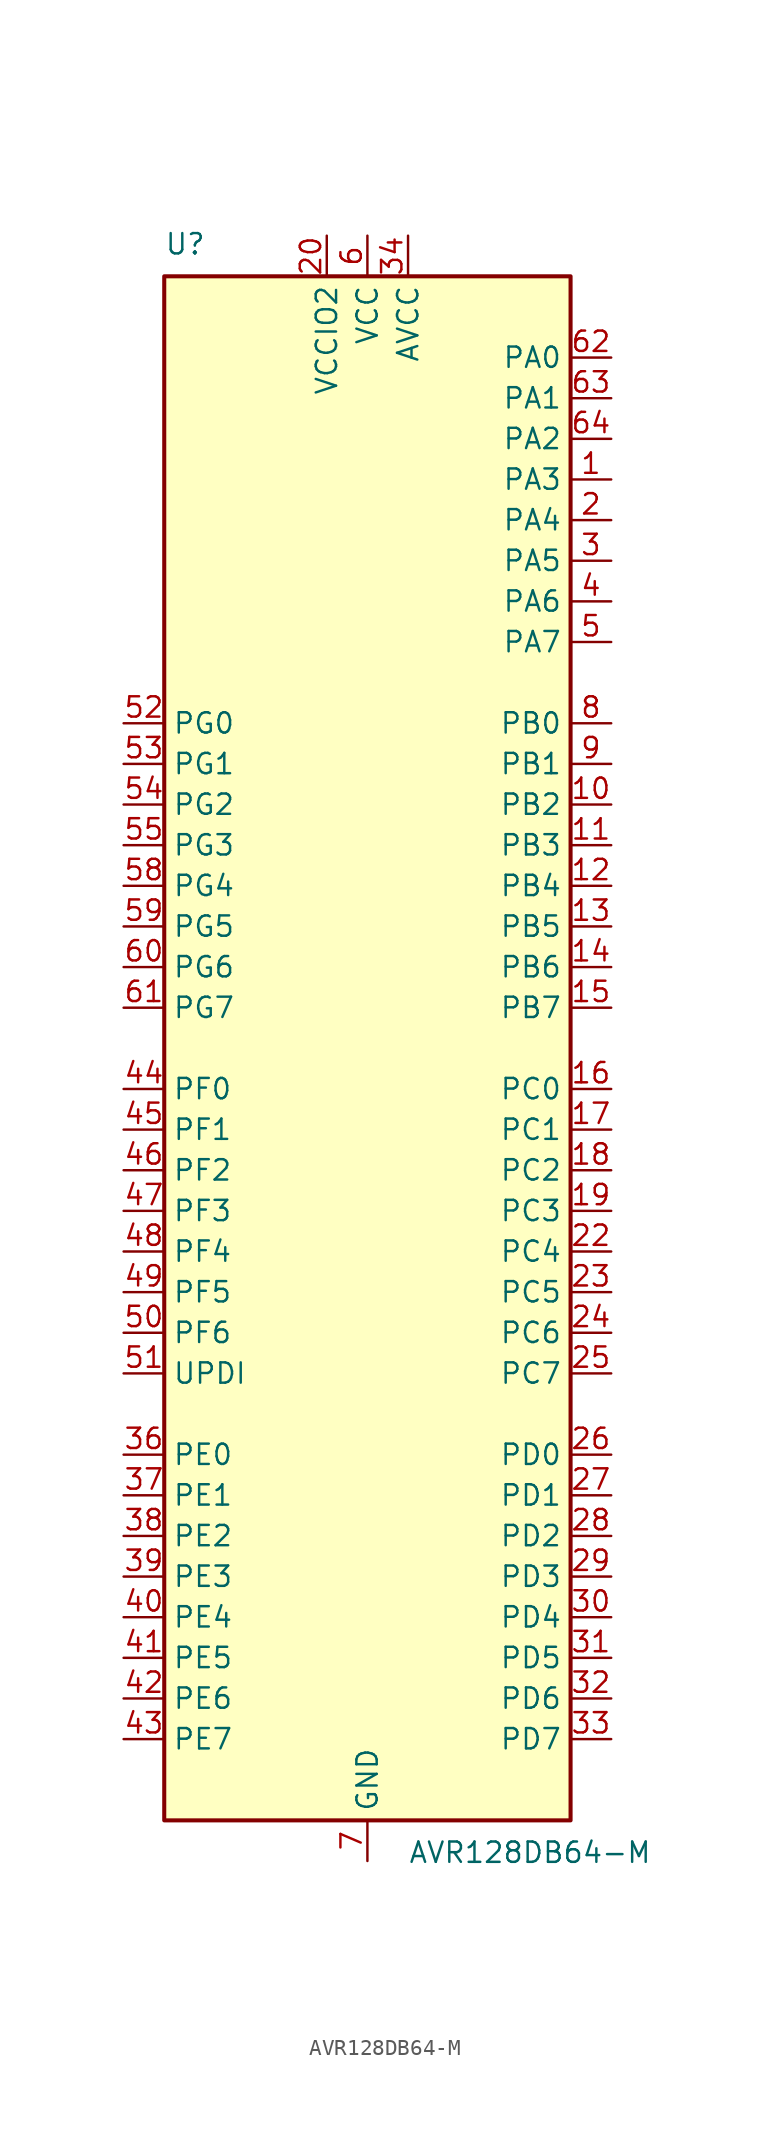
<source format=kicad_sym>
(kicad_symbol_lib
  (version 20211014)
  (generator kicad_symbol_editor)
  (symbol "AVR128DB64-M"
    (property "Reference" "U"
      (at -12.7 49.53 0)
      (effects (font (size 1.27 1.27)) (justify left bottom)))
    (property "Value" "AVR128DB64-M"
      (at 2.54 -49.53 0)
      (effects (font (size 1.27 1.27)) (justify left top)))
    (symbol "AVR128DB64-M_0_1"
      (rectangle (start -12.7 -48.26) (end 12.7 48.26) (stroke (width 0.254) (type default) (color 0 0 0 0)) (fill (type background))))
    (symbol "AVR128DB64-M_1_1"
      (pin bidirectional line (at 15.24 35.56 180) (length 2.54) (name "PA3" (effects (font (size 1.27 1.27)))) (number "1" (effects (font (size 1.27 1.27)))) (alternate "LUT0-OUT" output line) (alternate "TCA0-WO3" output line) (alternate "TCB1-WO" output line) (alternate "TWI0-SCL(MS)" bidirectional line) (alternate "USART0-XDIR" output line))
      (pin bidirectional line (at 15.24 15.24 180) (length 2.54) (name "PB2" (effects (font (size 1.27 1.27)))) (number "10" (effects (font (size 1.27 1.27)))) (alternate "EVOUTB" output line) (alternate "LUT4-IN2" input line) (alternate "TCA0-WO2(1)" output line) (alternate "TCA1-WO2" output line) (alternate "TWI1-SDA(MS)(0,2)" bidirectional line) (alternate "USART3-XCK" bidirectional line))
      (pin bidirectional line (at 15.24 12.7 180) (length 2.54) (name "PB3" (effects (font (size 1.27 1.27)))) (number "11" (effects (font (size 1.27 1.27)))) (alternate "LUT4-OUT" output line) (alternate "TCA0-WO3(1)" output line) (alternate "TCA1-WO3" output line) (alternate "USART1-SCL(MS)(0,2)" bidirectional line) (alternate "USART3-XDIR" output line))
      (pin bidirectional line (at 15.24 10.16 180) (length 2.54) (name "PB4" (effects (font (size 1.27 1.27)))) (number "12" (effects (font (size 1.27 1.27)))) (alternate "SPI1-MOSI(2)" bidirectional line) (alternate "TCA0-WO4(1)" output line) (alternate "TCA1-WO4" output line) (alternate "TCB2-WO(1)" output line) (alternate "TCD0-WOA(1)" output line) (alternate "USART3-TXD(1)" bidirectional line))
      (pin bidirectional line (at 15.24 7.62 180) (length 2.54) (name "PB5" (effects (font (size 1.27 1.27)))) (number "13" (effects (font (size 1.27 1.27)))) (alternate "SPI1-MISO(2)" bidirectional line) (alternate "TCA0-WO5(1)" output line) (alternate "TCA1-WO5" output line) (alternate "TCB3-WO" output line) (alternate "TCD0-WOB(1)" output line) (alternate "USART3-RXD(1)" input line))
      (pin bidirectional line (at 15.24 5.08 180) (length 2.54) (name "PB6" (effects (font (size 1.27 1.27)))) (number "14" (effects (font (size 1.27 1.27)))) (alternate "LUT4-OUT(1)" output line) (alternate "SPI1-SCK(2)" bidirectional line) (alternate "TCD0-WOC(1)" output line) (alternate "TWI1-SDA(S)(1,2)" input line) (alternate "USART3-XCK(1)" bidirectional line))
      (pin bidirectional line (at 15.24 2.54 180) (length 2.54) (name "PB7" (effects (font (size 1.27 1.27)))) (number "15" (effects (font (size 1.27 1.27)))) (alternate "EVOUTB(1)" output line) (alternate "SPI1-~{SS}(2)" bidirectional line) (alternate "TCD0-WOD(1)" output line) (alternate "TWI1-SCL(S)(1,2)" input line) (alternate "USART3-XDIR(1)" output line))
      (pin bidirectional line (at 15.24 -2.54 180) (length 2.54) (name "PC0" (effects (font (size 1.27 1.27)))) (number "16" (effects (font (size 1.27 1.27)))) (alternate "LUT1-IN0" input line) (alternate "SPI1-MOSI" bidirectional line) (alternate "TCA0-WO0(2)" output line) (alternate "TCB2-WO" output line) (alternate "USART1-TXD" bidirectional line))
      (pin bidirectional line (at 15.24 -5.08 180) (length 2.54) (name "PC1" (effects (font (size 1.27 1.27)))) (number "17" (effects (font (size 1.27 1.27)))) (alternate "LUT1-IN1" input line) (alternate "SPI1-MISO" bidirectional line) (alternate "TCA0-WO1(2)" output line) (alternate "TCB3-WO(1)" output line) (alternate "USART1-RXD" input line))
      (pin bidirectional line (at 15.24 -7.62 180) (length 2.54) (name "PC2" (effects (font (size 1.27 1.27)))) (number "18" (effects (font (size 1.27 1.27)))) (alternate "EVOUTC" output line) (alternate "LUT1-IN2" input line) (alternate "SPI1-SCK" bidirectional line) (alternate "TCA-WO2(2)" output line) (alternate "TWI0-SDA(MS+)(0,2)" bidirectional line) (alternate "USART1-XCK" bidirectional line))
      (pin bidirectional line (at 15.24 -10.16 180) (length 2.54) (name "PC3" (effects (font (size 1.27 1.27)))) (number "19" (effects (font (size 1.27 1.27)))) (alternate "LUT1-OUT" output line) (alternate "SPI1-~{SS}" bidirectional line) (alternate "TCA0-WO3(2)" output line) (alternate "TWI0-SCL(MS)(0,2" bidirectional line) (alternate "USART1-XDIR" output line))
      (pin bidirectional line (at 15.24 33.02 180) (length 2.54) (name "PA4" (effects (font (size 1.27 1.27)))) (number "2" (effects (font (size 1.27 1.27)))) (alternate "SPI0-MOSI" bidirectional line) (alternate "TCA0-WO4" output line) (alternate "TCD0-WOA" output line) (alternate "USART0-TXD(1)" bidirectional line))
      (pin power_in line (at -2.54 50.8 270) (length 2.54) (name "VCCIO2" (effects (font (size 1.27 1.27)))) (number "20" (effects (font (size 1.27 1.27)))))
      (pin power_in line (at 0 -50.8 90) (length 2.54) hide (name "GND" (effects (font (size 1.27 1.27)))) (number "21" (effects (font (size 1.27 1.27)))))
      (pin bidirectional line (at 15.24 -12.7 180) (length 2.54) (name "PC4" (effects (font (size 1.27 1.27)))) (number "22" (effects (font (size 1.27 1.27)))) (alternate "SPI1-MOSI(1)" bidirectional line) (alternate "TCA0-WO4(2)" output line) (alternate "TCA1-WO0(1)" output line) (alternate "USART1-TXD(1)" bidirectional line))
      (pin bidirectional line (at 15.24 -15.24 180) (length 2.54) (name "PC5" (effects (font (size 1.27 1.27)))) (number "23" (effects (font (size 1.27 1.27)))) (alternate "SPI1-MISO(1)" bidirectional line) (alternate "TCA0-WO5(2)" output line) (alternate "TCA1-WO1(1)" output line) (alternate "USART1-RXD(1)" input line))
      (pin bidirectional line (at 15.24 -17.78 180) (length 2.54) (name "PC6" (effects (font (size 1.27 1.27)))) (number "24" (effects (font (size 1.27 1.27)))) (alternate "AC0-OUT(1)" output line) (alternate "AC1-OUT(1)" output line) (alternate "AC2-OUT(1)" output line) (alternate "LUT1-OUT(1)" output line) (alternate "SPI1-SCK(1)" bidirectional line) (alternate "TCA-WO2(2)" output line) (alternate "TWI0-SDA(S)(1,2)" bidirectional line) (alternate "USART1-XCK(1)" bidirectional line))
      (pin bidirectional line (at 15.24 -20.32 180) (length 2.54) (name "PC7" (effects (font (size 1.27 1.27)))) (number "25" (effects (font (size 1.27 1.27)))) (alternate "EVOUTC(1)" output line) (alternate "SPI1-~{SS}(1)" bidirectional line) (alternate "TWI0-SCL(S)(1,2)" bidirectional line) (alternate "USART1-XDIR(1)" output line) (alternate "ZCD0-OUT(1)" output line) (alternate "ZCD1-OUT(1)" output line) (alternate "ZCD2-OUT(1)" output line))
      (pin bidirectional line (at 15.24 -25.4 180) (length 2.54) (name "PD0" (effects (font (size 1.27 1.27)))) (number "26" (effects (font (size 1.27 1.27)))) (alternate "AC0-AINN1" input line) (alternate "AC1-AINN1" input line) (alternate "AC2-AINN1" input line) (alternate "ADC0-AIN0" input line) (alternate "LUT2-IN0" input line) (alternate "TC0-WO0(3)" output line))
      (pin bidirectional line (at 15.24 -27.94 180) (length 2.54) (name "PD1" (effects (font (size 1.27 1.27)))) (number "27" (effects (font (size 1.27 1.27)))) (alternate "ADC0-AIN1" input line) (alternate "LUT2-IN1" input line) (alternate "OP0-INP" input line) (alternate "TCA0-WO1(3)" output line) (alternate "ZCD0-ZCIN" input line))
      (pin bidirectional line (at 15.24 -30.48 180) (length 2.54) (name "PD2" (effects (font (size 1.27 1.27)))) (number "28" (effects (font (size 1.27 1.27)))) (alternate "AC0-AINP0" input line) (alternate "AC1-AINP0" input line) (alternate "AC2-AINP0" input line) (alternate "ADC0-AIN2" input line) (alternate "EVOUTD" output line) (alternate "LUT2-IN2" input line) (alternate "OP0-OUT" output line) (alternate "TCA0-WO2(3)" output line))
      (pin bidirectional line (at 15.24 -33.02 180) (length 2.54) (name "PD3" (effects (font (size 1.27 1.27)))) (number "29" (effects (font (size 1.27 1.27)))) (alternate "AC0-AINN0" input line) (alternate "AC1-AINP1" input line) (alternate "ADC0-AIN3" input line) (alternate "LUT2-OUT" output line) (alternate "OP0-INN" input line) (alternate "TCA0-WO3(3)" output line))
      (pin bidirectional line (at 15.24 30.48 180) (length 2.54) (name "PA5" (effects (font (size 1.27 1.27)))) (number "3" (effects (font (size 1.27 1.27)))) (alternate "SPI0-MISO" bidirectional line) (alternate "TCA0-WO5" output line) (alternate "TCD0-WOB" output line) (alternate "USART0-RXD(1)" input line))
      (pin bidirectional line (at 15.24 -35.56 180) (length 2.54) (name "PD4" (effects (font (size 1.27 1.27)))) (number "30" (effects (font (size 1.27 1.27)))) (alternate "AC1-AINP2" input line) (alternate "AC2-AINP1" input line) (alternate "ADC0-AIN4" input line) (alternate "OP1-INP" input line) (alternate "TCA0-WO4(3)" output line))
      (pin bidirectional line (at 15.24 -38.1 180) (length 2.54) (name "PD5" (effects (font (size 1.27 1.27)))) (number "31" (effects (font (size 1.27 1.27)))) (alternate "AC1-AINN0" input line) (alternate "ADC0-AIN5" input line) (alternate "OP1-OUT" output line) (alternate "TCA0-WO5(3)" output line))
      (pin bidirectional line (at 15.24 -40.64 180) (length 2.54) (name "PD6" (effects (font (size 1.27 1.27)))) (number "32" (effects (font (size 1.27 1.27)))) (alternate "AC0-AINP3" input line) (alternate "AC1-AINP3" input line) (alternate "AC2-AINP3" input line) (alternate "ADC0-AIN6" input line) (alternate "DAC0-OUT" output line) (alternate "LUT2-OUT(1)" output line))
      (pin bidirectional line (at 15.24 -43.18 180) (length 2.54) (name "PD7" (effects (font (size 1.27 1.27)))) (number "33" (effects (font (size 1.27 1.27)))) (alternate "AC0-AINN2" input line) (alternate "AC1-AINN2" input line) (alternate "AC2-AINN0/2" input line) (alternate "ADC0-AIN7" input line) (alternate "EVOUTD(1)" output line) (alternate "OP1-INN" input line) (alternate "VREFA" input line))
      (pin power_in line (at 2.54 50.8 270) (length 2.54) (name "AVCC" (effects (font (size 1.27 1.27)))) (number "34" (effects (font (size 1.27 1.27)))))
      (pin power_in line (at 0 -50.8 90) (length 2.54) hide (name "GND" (effects (font (size 1.27 1.27)))) (number "35" (effects (font (size 1.27 1.27)))))
      (pin bidirectional line (at -15.24 -25.4 0) (length 2.54) (name "PE0" (effects (font (size 1.27 1.27)))) (number "36" (effects (font (size 1.27 1.27)))) (alternate "AC0-AINP1" input line) (alternate "ADC0-AIN8" input line) (alternate "SPI0-MOSI(1)" bidirectional line) (alternate "TCA0-WO0(4)" output line) (alternate "USART4-TXD" output line))
      (pin bidirectional line (at -15.24 -27.94 0) (length 2.54) (name "PE1" (effects (font (size 1.27 1.27)))) (number "37" (effects (font (size 1.27 1.27)))) (alternate "AC2-AINP2" input line) (alternate "ADC-AIN9" input line) (alternate "OP2-INP" input line) (alternate "SPI0-MISO(1)" bidirectional line) (alternate "TCA0-WO1(4)" output line) (alternate "USART4-RXD" input line))
      (pin bidirectional line (at -15.24 -30.48 0) (length 2.54) (name "PE2" (effects (font (size 1.27 1.27)))) (number "38" (effects (font (size 1.27 1.27)))) (alternate "AC0-AINP2" input line) (alternate "ADC0-AIN10" input line) (alternate "EVOUTE" output line) (alternate "OP2-OUT" output line) (alternate "SPI0-SCK(1)" bidirectional line) (alternate "TCA0-WO2(4)" output line) (alternate "USART4-XCK" bidirectional line))
      (pin bidirectional line (at -15.24 -33.02 0) (length 2.54) (name "PE3" (effects (font (size 1.27 1.27)))) (number "39" (effects (font (size 1.27 1.27)))) (alternate "ADC0-AIN11" input line) (alternate "OP2-INN" input line) (alternate "SPI0-~{SS}(1)" bidirectional line) (alternate "TCA0-WO3(4)" output line) (alternate "USART4-XDIR" output line) (alternate "ZCD1-ZCIN" input line))
      (pin bidirectional line (at 15.24 27.94 180) (length 2.54) (name "PA6" (effects (font (size 1.27 1.27)))) (number "4" (effects (font (size 1.27 1.27)))) (alternate "LUT0-OUT(1)" output line) (alternate "SPI0-SCK" bidirectional line) (alternate "TCD0-WOC" output line) (alternate "USART0-XCK(1)" bidirectional line))
      (pin bidirectional line (at -15.24 -35.56 0) (length 2.54) (name "PE4" (effects (font (size 1.27 1.27)))) (number "40" (effects (font (size 1.27 1.27)))) (alternate "ADC0-AIN12" input line) (alternate "TCA0-WO4(4)" output line) (alternate "TCA1-WO0(2)" output line) (alternate "USART4-TXD(1)" bidirectional line))
      (pin bidirectional line (at -15.24 -38.1 0) (length 2.54) (name "PE5" (effects (font (size 1.27 1.27)))) (number "41" (effects (font (size 1.27 1.27)))) (alternate "ADC0-AIN13" input line) (alternate "TCA0-WO5(4)" output line) (alternate "TCA1-WO1(2)" output line) (alternate "USART4-RXD(1)" input line))
      (pin bidirectional line (at -15.24 -40.64 0) (length 2.54) (name "PE6" (effects (font (size 1.27 1.27)))) (number "42" (effects (font (size 1.27 1.27)))) (alternate "ADC0-AIN14" input line) (alternate "TCA1-WO2(2)" output line) (alternate "USART4-XCK(1)" bidirectional line))
      (pin bidirectional line (at -15.24 -43.18 0) (length 2.54) (name "PE7" (effects (font (size 1.27 1.27)))) (number "43" (effects (font (size 1.27 1.27)))) (alternate "ADC0-AIN15" input line) (alternate "EVOUTE(1)" output line) (alternate "USART4-XDIR(1)" output line) (alternate "ZCD2-ZCIN" input line))
      (pin bidirectional line (at -15.24 -2.54 0) (length 2.54) (name "PF0" (effects (font (size 1.27 1.27)))) (number "44" (effects (font (size 1.27 1.27)))) (alternate "ADC0-AIN16(P)" input line) (alternate "LUT3-IN0" input line) (alternate "TCA0-WO0(5)" output line) (alternate "TCD0-WOA(2)" output line) (alternate "USART2-TXD" bidirectional line) (alternate "XTAL32K1" passive line))
      (pin bidirectional line (at -15.24 -5.08 0) (length 2.54) (name "PF1" (effects (font (size 1.27 1.27)))) (number "45" (effects (font (size 1.27 1.27)))) (alternate "ADC0-AIN17(P)" input line) (alternate "LUT3-IN1" input line) (alternate "TCA0-WO1(5)" output line) (alternate "TCD0-WOB(2)" output line) (alternate "USART2-RXD" input line) (alternate "XTAL32K2" passive line))
      (pin bidirectional line (at -15.24 -7.62 0) (length 2.54) (name "PF2" (effects (font (size 1.27 1.27)))) (number "46" (effects (font (size 1.27 1.27)))) (alternate "ADC0-AIN18(P)" input line) (alternate "EVOUTF" output line) (alternate "LUT3-IN2" input line) (alternate "TCA0-WO2(5)" output line) (alternate "TCD0-WOC(2)" output line) (alternate "TWI1-SDA(MS+)" bidirectional line) (alternate "USART2-XCK" bidirectional line))
      (pin bidirectional line (at -15.24 -10.16 0) (length 2.54) (name "PF3" (effects (font (size 1.27 1.27)))) (number "47" (effects (font (size 1.27 1.27)))) (alternate "ADC0-AIN19(P)" input line) (alternate "LUT3-OUT" output line) (alternate "TCA0-WO3(5)" output line) (alternate "TCD0-WOD(2)" output line) (alternate "TWI1-SCL(MS+)" bidirectional line) (alternate "USART2-XDIR" output line))
      (pin bidirectional line (at -15.24 -12.7 0) (length 2.54) (name "PF4" (effects (font (size 1.27 1.27)))) (number "48" (effects (font (size 1.27 1.27)))) (alternate "ADC0-AIN20(P)" input line) (alternate "TCA0-WO4(5)" output line) (alternate "TCB0-WO(1)" output line) (alternate "USART2-TXD(1)" output line))
      (pin bidirectional line (at -15.24 -15.24 0) (length 2.54) (name "PF5" (effects (font (size 1.27 1.27)))) (number "49" (effects (font (size 1.27 1.27)))) (alternate "ADC0-AIN21(P)" input line) (alternate "TCA0-WO5(5)" output line) (alternate "TCB1-WO(1)" output line) (alternate "USART2-RXD(1)" input line))
      (pin bidirectional line (at 15.24 25.4 180) (length 2.54) (name "PA7" (effects (font (size 1.27 1.27)))) (number "5" (effects (font (size 1.27 1.27)))) (alternate "AC0-OUT" output line) (alternate "AC1-OUT" output line) (alternate "AC2-OUT" output line) (alternate "CLKOUT" output line) (alternate "EVOUTA(1)" output line) (alternate "SPI0-~{SS}" bidirectional line) (alternate "TCD0-WOD" output line) (alternate "USART0-XDIR(1)" output line) (alternate "ZCD0-OUT" output line) (alternate "ZCD1-OUT" output line) (alternate "ZDC2-OUT" output line))
      (pin input line (at -15.24 -17.78 0) (length 2.54) (name "PF6" (effects (font (size 1.27 1.27)))) (number "50" (effects (font (size 1.27 1.27)))) (alternate "~{RESET}" input line))
      (pin bidirectional line (at -15.24 -20.32 0) (length 2.54) (name "UPDI" (effects (font (size 1.27 1.27)))) (number "51" (effects (font (size 1.27 1.27)))))
      (pin bidirectional line (at -15.24 20.32 0) (length 2.54) (name "PG0" (effects (font (size 1.27 1.27)))) (number "52" (effects (font (size 1.27 1.27)))) (alternate "LUT5-IN0" input line) (alternate "TCA0-WO0(6)" output line) (alternate "TCA1-WO0(3)" output line) (alternate "USART5-TXD" bidirectional line))
      (pin bidirectional line (at -15.24 17.78 0) (length 2.54) (name "PG1" (effects (font (size 1.27 1.27)))) (number "53" (effects (font (size 1.27 1.27)))) (alternate "LUT5-IN1" input line) (alternate "TCA0-WO1(6)" output line) (alternate "TCA1-WO1(3)" output line) (alternate "USART5-RXD" input line))
      (pin bidirectional line (at -15.24 15.24 0) (length 2.54) (name "PG2" (effects (font (size 1.27 1.27)))) (number "54" (effects (font (size 1.27 1.27)))) (alternate "EVOUTG" output line) (alternate "LUT5-IN2" input line) (alternate "TCA0-WO2(6)" output line) (alternate "TCA1-WO2(3)" output line) (alternate "USART5-XCK" bidirectional line))
      (pin bidirectional line (at -15.24 12.7 0) (length 2.54) (name "PG3" (effects (font (size 1.27 1.27)))) (number "55" (effects (font (size 1.27 1.27)))) (alternate "LUT5-OUT" output line) (alternate "TCA0-WO3(6)" output line) (alternate "TCA1-WO3(3)" output line) (alternate "TCB4-WO" output line) (alternate "USART5-XDIR" output line))
      (pin power_in line (at 0 50.8 270) (length 2.54) hide (name "VCC" (effects (font (size 1.27 1.27)))) (number "56" (effects (font (size 1.27 1.27)))))
      (pin power_in line (at 0 -50.8 90) (length 2.54) hide (name "GND" (effects (font (size 1.27 1.27)))) (number "57" (effects (font (size 1.27 1.27)))))
      (pin bidirectional line (at -15.24 10.16 0) (length 2.54) (name "PG4" (effects (font (size 1.27 1.27)))) (number "58" (effects (font (size 1.27 1.27)))) (alternate "SPI0-MOSI(2)" bidirectional line) (alternate "TCA0-WO4(6)" output line) (alternate "TCA1-WO4(3)" output line) (alternate "TCD0-WOB(3)" output line) (alternate "USART5-TXD(1)" bidirectional line))
      (pin bidirectional line (at -15.24 7.62 0) (length 2.54) (name "PG5" (effects (font (size 1.27 1.27)))) (number "59" (effects (font (size 1.27 1.27)))) (alternate "SPI0-MISO(2)" bidirectional line) (alternate "TCA0-WO5(6)" output line) (alternate "TCA1-WO5(3)" output line) (alternate "TCD0-WOB(3)" output line) (alternate "USART5-RXD(1)" input line))
      (pin power_in line (at 0 50.8 270) (length 2.54) (name "VCC" (effects (font (size 1.27 1.27)))) (number "6" (effects (font (size 1.27 1.27)))))
      (pin bidirectional line (at -15.24 5.08 0) (length 2.54) (name "PG6" (effects (font (size 1.27 1.27)))) (number "60" (effects (font (size 1.27 1.27)))) (alternate "LUT5-OUT(1)" output line) (alternate "SPI0-SCK(2)" bidirectional line) (alternate "TCD0-WOC(3)" output line) (alternate "USART5-XCK(1)" bidirectional line))
      (pin bidirectional line (at -15.24 2.54 0) (length 2.54) (name "PG7" (effects (font (size 1.27 1.27)))) (number "61" (effects (font (size 1.27 1.27)))) (alternate "EVOUTG(1)" output line) (alternate "SPI0-~{SS}(2)" bidirectional line) (alternate "TCD-WOD(3)" output line) (alternate "USART5-XDIR(1)" output line))
      (pin bidirectional line (at 15.24 43.18 180) (length 2.54) (name "PA0" (effects (font (size 1.27 1.27)))) (number "62" (effects (font (size 1.27 1.27)))) (alternate "EXTCLK" input clock) (alternate "LUT0-IN0" input line) (alternate "TCA0-WO0" output line) (alternate "USART0-TXD" bidirectional line) (alternate "XTALHF1" passive line))
      (pin bidirectional line (at 15.24 40.64 180) (length 2.54) (name "PA1" (effects (font (size 1.27 1.27)))) (number "63" (effects (font (size 1.27 1.27)))) (alternate "LUT0-IN1" input line) (alternate "TCA0-WO1" output line) (alternate "USART0-RXD" input line) (alternate "XTALHF2" passive clock))
      (pin bidirectional line (at 15.24 38.1 180) (length 2.54) (name "PA2" (effects (font (size 1.27 1.27)))) (number "64" (effects (font (size 1.27 1.27)))) (alternate "EVOUTA" output line) (alternate "LUT0-IN2" input line) (alternate "TCA0-WO2" output line) (alternate "TCB0-WO" output line) (alternate "TWI0-SDA(MS)" bidirectional line) (alternate "USART0-XCK" bidirectional line))
      (pin power_in line (at 0 -50.8 90) (length 2.54) (name "GND" (effects (font (size 1.27 1.27)))) (number "7" (effects (font (size 1.27 1.27)))))
      (pin bidirectional line (at 15.24 20.32 180) (length 2.54) (name "PB0" (effects (font (size 1.27 1.27)))) (number "8" (effects (font (size 1.27 1.27)))) (alternate "LUT4-IN0" input line) (alternate "TCA0-WO0(1)" output line) (alternate "TCA1-WO0" output line) (alternate "UART3-TXD" bidirectional line))
      (pin bidirectional line (at 15.24 17.78 180) (length 2.54) (name "PB1" (effects (font (size 1.27 1.27)))) (number "9" (effects (font (size 1.27 1.27)))) (alternate "LUT4-IN1" input line) (alternate "TCA0-WO1(1)" output line) (alternate "TCA1-WO0" output line) (alternate "USART3-RXD" input line)))))
</source>
